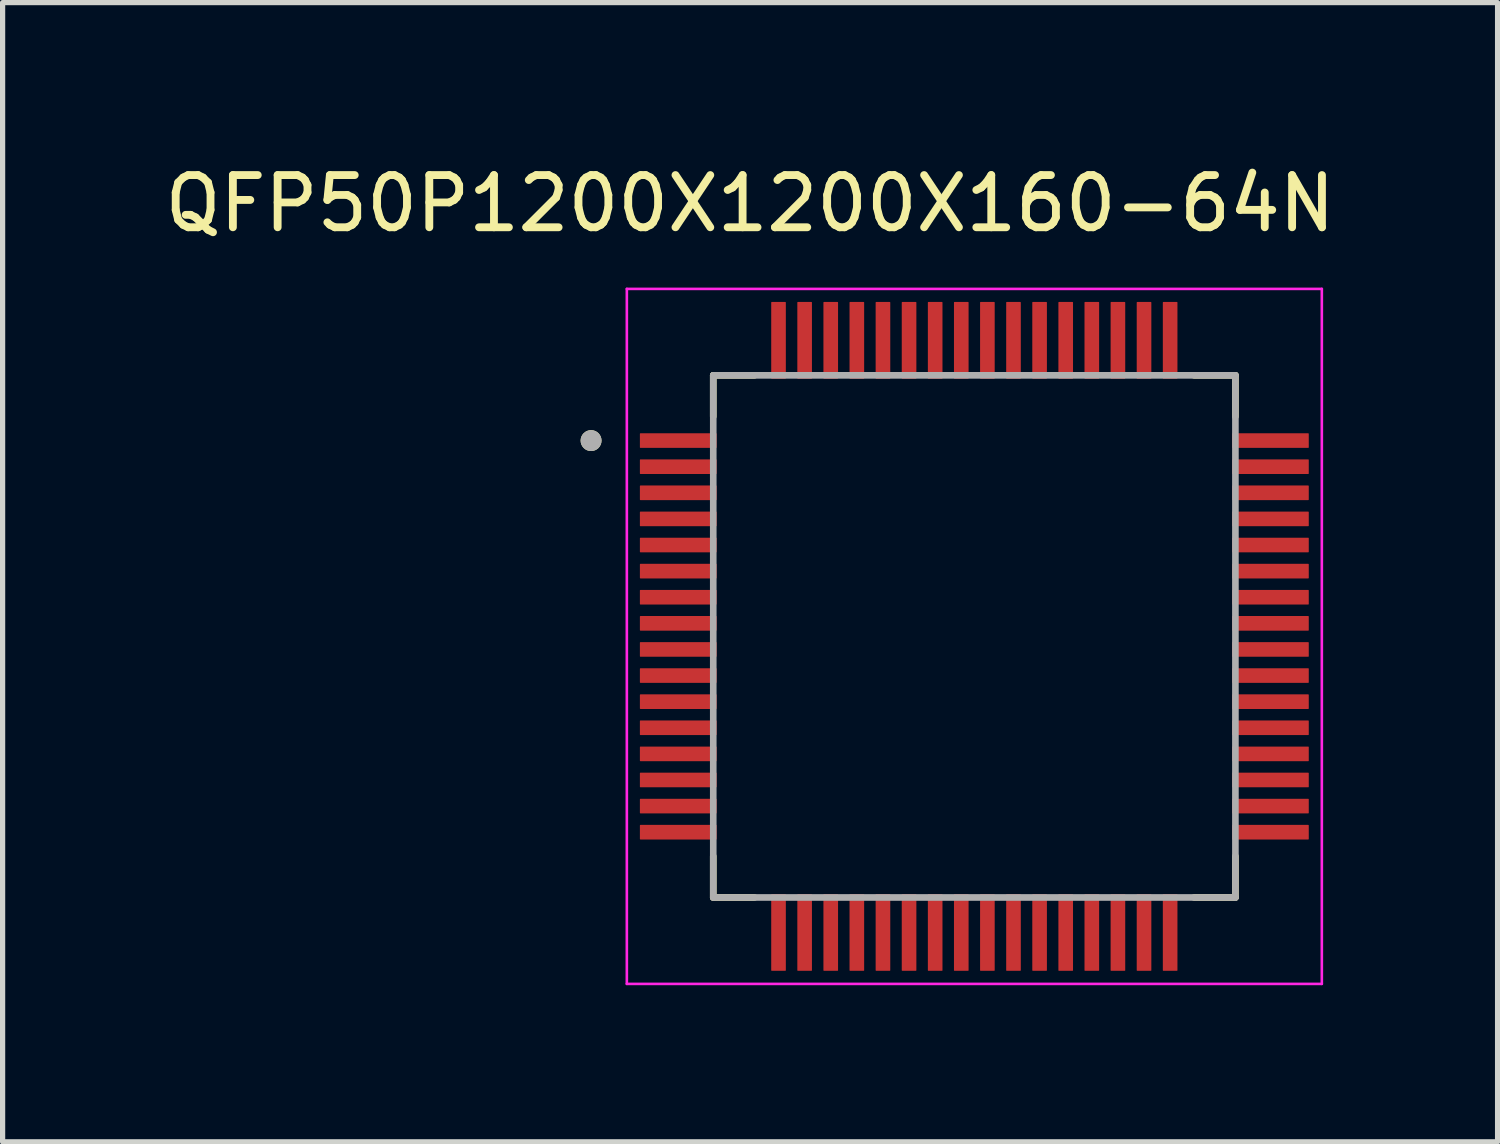
<source format=kicad_pcb>
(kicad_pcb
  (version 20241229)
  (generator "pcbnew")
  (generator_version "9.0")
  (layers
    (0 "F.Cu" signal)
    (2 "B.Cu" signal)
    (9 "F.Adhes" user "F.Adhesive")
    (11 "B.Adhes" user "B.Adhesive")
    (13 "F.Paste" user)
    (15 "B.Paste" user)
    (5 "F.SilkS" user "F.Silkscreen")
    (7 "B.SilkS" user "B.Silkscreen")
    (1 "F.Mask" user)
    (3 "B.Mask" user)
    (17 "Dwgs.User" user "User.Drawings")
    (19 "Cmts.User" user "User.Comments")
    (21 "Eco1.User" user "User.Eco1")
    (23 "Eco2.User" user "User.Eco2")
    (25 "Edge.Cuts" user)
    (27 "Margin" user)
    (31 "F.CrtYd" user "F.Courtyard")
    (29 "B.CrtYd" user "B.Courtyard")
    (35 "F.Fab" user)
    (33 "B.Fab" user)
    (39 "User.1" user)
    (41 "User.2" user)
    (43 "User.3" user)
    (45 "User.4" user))
  (footprint "QFP50P1200X1200X160-64N"
    (layer "F.Cu")
    (at 15.61 9.138)
    (property "Reference" "QFP50P1200X1200X160-64N" (at -4.295 -8.29 0) (layer "F.SilkS") (effects (font (size 1 1) (thickness 0.15))))
    (attr through_hole)
    (fp_line (start -5 -5) (end -5 -4.21) (stroke (width 0.127) (type solid)) (layer "F.SilkS"))
    (fp_line (start -5 -5) (end -4.21 -5) (stroke (width 0.127) (type solid)) (layer "F.SilkS"))
    (fp_line (start -5 5) (end -5 4.21) (stroke (width 0.127) (type solid)) (layer "F.SilkS"))
    (fp_line (start -5 5) (end -4.21 5) (stroke (width 0.127) (type solid)) (layer "F.SilkS"))
    (fp_line (start 5 -5) (end 4.21 -5) (stroke (width 0.127) (type solid)) (layer "F.SilkS"))
    (fp_line (start 5 -5) (end 5 -4.21) (stroke (width 0.127) (type solid)) (layer "F.SilkS"))
    (fp_line (start 5 5) (end 4.21 5) (stroke (width 0.127) (type solid)) (layer "F.SilkS"))
    (fp_line (start 5 5) (end 5 4.21) (stroke (width 0.127) (type solid)) (layer "F.SilkS"))
    (fp_circle (center -7.34 -3.75) (end -7.24 -3.75) (stroke (width 0.2) (type solid)) (fill no) (layer "F.SilkS"))
    (fp_line (start -6.655 -6.655) (end 6.655 -6.655) (stroke (width 0.05) (type solid)) (layer "F.CrtYd"))
    (fp_line (start -6.655 6.655) (end -6.655 -6.655) (stroke (width 0.05) (type solid)) (layer "F.CrtYd"))
    (fp_line (start -6.655 6.655) (end 6.655 6.655) (stroke (width 0.05) (type solid)) (layer "F.CrtYd"))
    (fp_line (start 6.655 6.655) (end 6.655 -6.655) (stroke (width 0.05) (type solid)) (layer "F.CrtYd"))
    (fp_line (start -5 5) (end -5 -5) (stroke (width 0.127) (type solid)) (layer "F.Fab"))
    (fp_line (start 5 -5) (end -5 -5) (stroke (width 0.127) (type solid)) (layer "F.Fab"))
    (fp_line (start 5 5) (end -5 5) (stroke (width 0.127) (type solid)) (layer "F.Fab"))
    (fp_line (start 5 5) (end 5 -5) (stroke (width 0.127) (type solid)) (layer "F.Fab"))
    (fp_circle (center -7.34 -3.75) (end -7.24 -3.75) (stroke (width 0.2) (type solid)) (fill no) (layer "F.Fab"))
    (pad "1" smd roundrect (at -5.67 -3.75) (size 1.47 0.28) (layers "F.Cu" "F.Mask" "F.Paste") (roundrect_rratio 0.04))
    (pad "2" smd roundrect (at -5.67 -3.25) (size 1.47 0.28) (layers "F.Cu" "F.Mask" "F.Paste") (roundrect_rratio 0.04))
    (pad "3" smd roundrect (at -5.67 -2.75) (size 1.47 0.28) (layers "F.Cu" "F.Mask" "F.Paste") (roundrect_rratio 0.04))
    (pad "4" smd roundrect (at -5.67 -2.25) (size 1.47 0.28) (layers "F.Cu" "F.Mask" "F.Paste") (roundrect_rratio 0.04))
    (pad "5" smd roundrect (at -5.67 -1.75) (size 1.47 0.28) (layers "F.Cu" "F.Mask" "F.Paste") (roundrect_rratio 0.04))
    (pad "6" smd roundrect (at -5.67 -1.25) (size 1.47 0.28) (layers "F.Cu" "F.Mask" "F.Paste") (roundrect_rratio 0.04))
    (pad "7" smd roundrect (at -5.67 -0.75) (size 1.47 0.28) (layers "F.Cu" "F.Mask" "F.Paste") (roundrect_rratio 0.04))
    (pad "8" smd roundrect (at -5.67 -0.25) (size 1.47 0.28) (layers "F.Cu" "F.Mask" "F.Paste") (roundrect_rratio 0.04))
    (pad "9" smd roundrect (at -5.67 0.25) (size 1.47 0.28) (layers "F.Cu" "F.Mask" "F.Paste") (roundrect_rratio 0.04))
    (pad "10" smd roundrect (at -5.67 0.75) (size 1.47 0.28) (layers "F.Cu" "F.Mask" "F.Paste") (roundrect_rratio 0.04))
    (pad "11" smd roundrect (at -5.67 1.25) (size 1.47 0.28) (layers "F.Cu" "F.Mask" "F.Paste") (roundrect_rratio 0.04))
    (pad "12" smd roundrect (at -5.67 1.75) (size 1.47 0.28) (layers "F.Cu" "F.Mask" "F.Paste") (roundrect_rratio 0.04))
    (pad "13" smd roundrect (at -5.67 2.25) (size 1.47 0.28) (layers "F.Cu" "F.Mask" "F.Paste") (roundrect_rratio 0.04))
    (pad "14" smd roundrect (at -5.67 2.75) (size 1.47 0.28) (layers "F.Cu" "F.Mask" "F.Paste") (roundrect_rratio 0.04))
    (pad "15" smd roundrect (at -5.67 3.25) (size 1.47 0.28) (layers "F.Cu" "F.Mask" "F.Paste") (roundrect_rratio 0.04))
    (pad "16" smd roundrect (at -5.67 3.75) (size 1.47 0.28) (layers "F.Cu" "F.Mask" "F.Paste") (roundrect_rratio 0.04))
    (pad "17" smd roundrect (at -3.75 5.67) (size 0.28 1.47) (layers "F.Cu" "F.Mask" "F.Paste") (roundrect_rratio 0.04))
    (pad "18" smd roundrect (at -3.25 5.67) (size 0.28 1.47) (layers "F.Cu" "F.Mask" "F.Paste") (roundrect_rratio 0.04))
    (pad "19" smd roundrect (at -2.75 5.67) (size 0.28 1.47) (layers "F.Cu" "F.Mask" "F.Paste") (roundrect_rratio 0.04))
    (pad "20" smd roundrect (at -2.25 5.67) (size 0.28 1.47) (layers "F.Cu" "F.Mask" "F.Paste") (roundrect_rratio 0.04))
    (pad "21" smd roundrect (at -1.75 5.67) (size 0.28 1.47) (layers "F.Cu" "F.Mask" "F.Paste") (roundrect_rratio 0.04))
    (pad "22" smd roundrect (at -1.25 5.67) (size 0.28 1.47) (layers "F.Cu" "F.Mask" "F.Paste") (roundrect_rratio 0.04))
    (pad "23" smd roundrect (at -0.75 5.67) (size 0.28 1.47) (layers "F.Cu" "F.Mask" "F.Paste") (roundrect_rratio 0.04))
    (pad "24" smd roundrect (at -0.25 5.67) (size 0.28 1.47) (layers "F.Cu" "F.Mask" "F.Paste") (roundrect_rratio 0.04))
    (pad "25" smd roundrect (at 0.25 5.67) (size 0.28 1.47) (layers "F.Cu" "F.Mask" "F.Paste") (roundrect_rratio 0.04))
    (pad "26" smd roundrect (at 0.75 5.67) (size 0.28 1.47) (layers "F.Cu" "F.Mask" "F.Paste") (roundrect_rratio 0.04))
    (pad "27" smd roundrect (at 1.25 5.67) (size 0.28 1.47) (layers "F.Cu" "F.Mask" "F.Paste") (roundrect_rratio 0.04))
    (pad "28" smd roundrect (at 1.75 5.67) (size 0.28 1.47) (layers "F.Cu" "F.Mask" "F.Paste") (roundrect_rratio 0.04))
    (pad "29" smd roundrect (at 2.25 5.67) (size 0.28 1.47) (layers "F.Cu" "F.Mask" "F.Paste") (roundrect_rratio 0.04))
    (pad "30" smd roundrect (at 2.75 5.67) (size 0.28 1.47) (layers "F.Cu" "F.Mask" "F.Paste") (roundrect_rratio 0.04))
    (pad "31" smd roundrect (at 3.25 5.67) (size 0.28 1.47) (layers "F.Cu" "F.Mask" "F.Paste") (roundrect_rratio 0.04))
    (pad "32" smd roundrect (at 3.75 5.67) (size 0.28 1.47) (layers "F.Cu" "F.Mask" "F.Paste") (roundrect_rratio 0.04))
    (pad "33" smd roundrect (at 5.67 3.75) (size 1.47 0.28) (layers "F.Cu" "F.Mask" "F.Paste") (roundrect_rratio 0.04))
    (pad "34" smd roundrect (at 5.67 3.25) (size 1.47 0.28) (layers "F.Cu" "F.Mask" "F.Paste") (roundrect_rratio 0.04))
    (pad "35" smd roundrect (at 5.67 2.75) (size 1.47 0.28) (layers "F.Cu" "F.Mask" "F.Paste") (roundrect_rratio 0.04))
    (pad "36" smd roundrect (at 5.67 2.25) (size 1.47 0.28) (layers "F.Cu" "F.Mask" "F.Paste") (roundrect_rratio 0.04))
    (pad "37" smd roundrect (at 5.67 1.75) (size 1.47 0.28) (layers "F.Cu" "F.Mask" "F.Paste") (roundrect_rratio 0.04))
    (pad "38" smd roundrect (at 5.67 1.25) (size 1.47 0.28) (layers "F.Cu" "F.Mask" "F.Paste") (roundrect_rratio 0.04))
    (pad "39" smd roundrect (at 5.67 0.75) (size 1.47 0.28) (layers "F.Cu" "F.Mask" "F.Paste") (roundrect_rratio 0.04))
    (pad "40" smd roundrect (at 5.67 0.25) (size 1.47 0.28) (layers "F.Cu" "F.Mask" "F.Paste") (roundrect_rratio 0.04))
    (pad "41" smd roundrect (at 5.67 -0.25) (size 1.47 0.28) (layers "F.Cu" "F.Mask" "F.Paste") (roundrect_rratio 0.04))
    (pad "42" smd roundrect (at 5.67 -0.75) (size 1.47 0.28) (layers "F.Cu" "F.Mask" "F.Paste") (roundrect_rratio 0.04))
    (pad "43" smd roundrect (at 5.67 -1.25) (size 1.47 0.28) (layers "F.Cu" "F.Mask" "F.Paste") (roundrect_rratio 0.04))
    (pad "44" smd roundrect (at 5.67 -1.75) (size 1.47 0.28) (layers "F.Cu" "F.Mask" "F.Paste") (roundrect_rratio 0.04))
    (pad "45" smd roundrect (at 5.67 -2.25) (size 1.47 0.28) (layers "F.Cu" "F.Mask" "F.Paste") (roundrect_rratio 0.04))
    (pad "46" smd roundrect (at 5.67 -2.75) (size 1.47 0.28) (layers "F.Cu" "F.Mask" "F.Paste") (roundrect_rratio 0.04))
    (pad "47" smd roundrect (at 5.67 -3.25) (size 1.47 0.28) (layers "F.Cu" "F.Mask" "F.Paste") (roundrect_rratio 0.04))
    (pad "48" smd roundrect (at 5.67 -3.75) (size 1.47 0.28) (layers "F.Cu" "F.Mask" "F.Paste") (roundrect_rratio 0.04))
    (pad "49" smd roundrect (at 3.75 -5.67) (size 0.28 1.47) (layers "F.Cu" "F.Mask" "F.Paste") (roundrect_rratio 0.04))
    (pad "50" smd roundrect (at 3.25 -5.67) (size 0.28 1.47) (layers "F.Cu" "F.Mask" "F.Paste") (roundrect_rratio 0.04))
    (pad "51" smd roundrect (at 2.75 -5.67) (size 0.28 1.47) (layers "F.Cu" "F.Mask" "F.Paste") (roundrect_rratio 0.04))
    (pad "52" smd roundrect (at 2.25 -5.67) (size 0.28 1.47) (layers "F.Cu" "F.Mask" "F.Paste") (roundrect_rratio 0.04))
    (pad "53" smd roundrect (at 1.75 -5.67) (size 0.28 1.47) (layers "F.Cu" "F.Mask" "F.Paste") (roundrect_rratio 0.04))
    (pad "54" smd roundrect (at 1.25 -5.67) (size 0.28 1.47) (layers "F.Cu" "F.Mask" "F.Paste") (roundrect_rratio 0.04))
    (pad "55" smd roundrect (at 0.75 -5.67) (size 0.28 1.47) (layers "F.Cu" "F.Mask" "F.Paste") (roundrect_rratio 0.04))
    (pad "56" smd roundrect (at 0.25 -5.67) (size 0.28 1.47) (layers "F.Cu" "F.Mask" "F.Paste") (roundrect_rratio 0.04))
    (pad "57" smd roundrect (at -0.25 -5.67) (size 0.28 1.47) (layers "F.Cu" "F.Mask" "F.Paste") (roundrect_rratio 0.04))
    (pad "58" smd roundrect (at -0.75 -5.67) (size 0.28 1.47) (layers "F.Cu" "F.Mask" "F.Paste") (roundrect_rratio 0.04))
    (pad "59" smd roundrect (at -1.25 -5.67) (size 0.28 1.47) (layers "F.Cu" "F.Mask" "F.Paste") (roundrect_rratio 0.04))
    (pad "60" smd roundrect (at -1.75 -5.67) (size 0.28 1.47) (layers "F.Cu" "F.Mask" "F.Paste") (roundrect_rratio 0.04))
    (pad "61" smd roundrect (at -2.25 -5.67) (size 0.28 1.47) (layers "F.Cu" "F.Mask" "F.Paste") (roundrect_rratio 0.04))
    (pad "62" smd roundrect (at -2.75 -5.67) (size 0.28 1.47) (layers "F.Cu" "F.Mask" "F.Paste") (roundrect_rratio 0.04))
    (pad "63" smd roundrect (at -3.25 -5.67) (size 0.28 1.47) (layers "F.Cu" "F.Mask" "F.Paste") (roundrect_rratio 0.04))
    (pad "64" smd roundrect (at -3.75 -5.67) (size 0.28 1.47) (layers "F.Cu" "F.Mask" "F.Paste") (roundrect_rratio 0.04)))
  (gr_rect
    (start -3 -3)
    (end 25.631 18.818)
    (stroke (width 0.1) (type default))
    (fill no)
    (layer "Edge.Cuts")))
</source>
